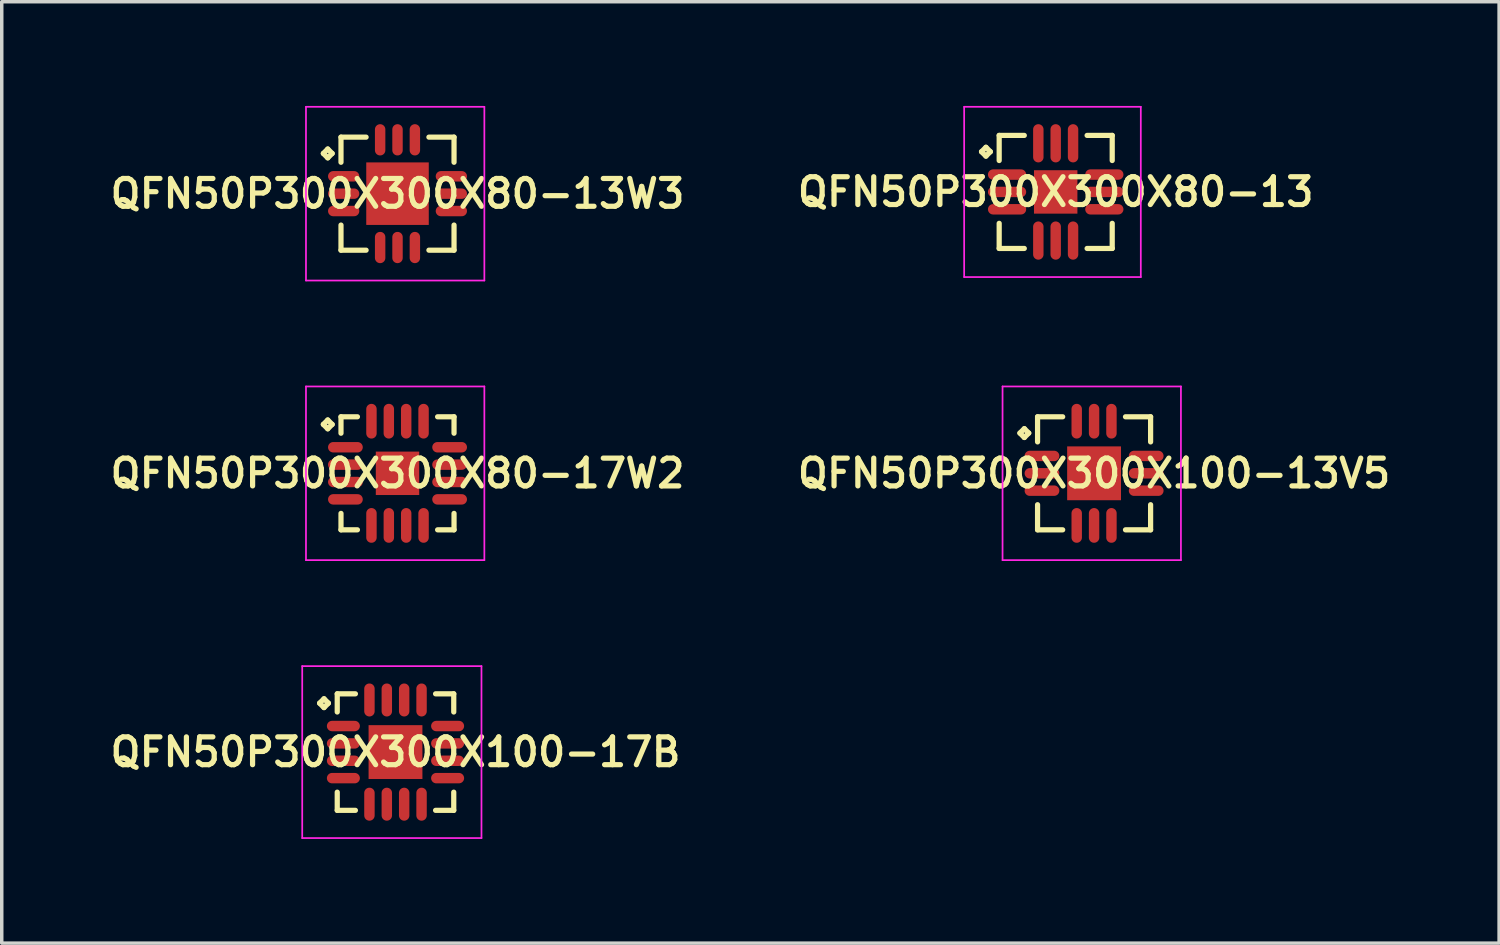
<source format=kicad_pcb>
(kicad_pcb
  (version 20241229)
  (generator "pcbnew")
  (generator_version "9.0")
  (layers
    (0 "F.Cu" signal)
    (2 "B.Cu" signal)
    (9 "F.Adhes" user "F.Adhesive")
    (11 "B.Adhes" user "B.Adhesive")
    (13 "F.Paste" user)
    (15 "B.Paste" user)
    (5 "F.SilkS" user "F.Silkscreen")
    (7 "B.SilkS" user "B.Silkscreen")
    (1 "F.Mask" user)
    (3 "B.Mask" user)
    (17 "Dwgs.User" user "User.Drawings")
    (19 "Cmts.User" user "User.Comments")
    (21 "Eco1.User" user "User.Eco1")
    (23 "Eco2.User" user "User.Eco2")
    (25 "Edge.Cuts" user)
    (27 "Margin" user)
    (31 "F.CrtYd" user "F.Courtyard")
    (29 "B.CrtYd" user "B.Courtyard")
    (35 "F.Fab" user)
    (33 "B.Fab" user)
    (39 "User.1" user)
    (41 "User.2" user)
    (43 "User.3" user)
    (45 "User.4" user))
  (footprint "QFN50P300X300X80-13"
    (layer "F.Cu")
    (at 27.34 2.475)
    (property "Reference" "QFN50P300X300X80-13" (at 0 0 0) (layer "F.SilkS") (effects (font (size 0.8 0.8) (thickness 0.15))))
    (attr smd)
    (fp_line (start -2.135 -1.158) (end -2.008 -1.285) (stroke (width 0.15) (type solid)) (layer "F.SilkS"))
    (fp_line (start -2.008 -1.285) (end -1.881 -1.158) (stroke (width 0.15) (type solid)) (layer "F.SilkS"))
    (fp_line (start -2.008 -1.031) (end -2.135 -1.158) (stroke (width 0.15) (type solid)) (layer "F.SilkS"))
    (fp_line (start -1.881 -1.158) (end -2.008 -1.031) (stroke (width 0.15) (type solid)) (layer "F.SilkS"))
    (fp_line (start -1.627 -1.627) (end -0.904 -1.627) (stroke (width 0.15) (type solid)) (layer "F.SilkS"))
    (fp_line (start -1.627 -0.904) (end -1.627 -1.627) (stroke (width 0.15) (type solid)) (layer "F.SilkS"))
    (fp_line (start -1.627 0.904) (end -1.627 1.627) (stroke (width 0.15) (type solid)) (layer "F.SilkS"))
    (fp_line (start -1.627 1.627) (end -0.904 1.627) (stroke (width 0.15) (type solid)) (layer "F.SilkS"))
    (fp_line (start 0.904 -1.627) (end 1.627 -1.627) (stroke (width 0.15) (type solid)) (layer "F.SilkS"))
    (fp_line (start 0.904 1.627) (end 1.627 1.627) (stroke (width 0.15) (type solid)) (layer "F.SilkS"))
    (fp_line (start 1.627 -1.627) (end 1.627 -0.904) (stroke (width 0.15) (type solid)) (layer "F.SilkS"))
    (fp_line (start 1.627 1.627) (end 1.627 0.904) (stroke (width 0.15) (type solid)) (layer "F.SilkS"))
    (fp_line (start -2.635 -2.45) (end 2.45 -2.45) (stroke (width 0.05) (type solid)) (layer "F.CrtYd"))
    (fp_line (start -2.635 2.45) (end -2.635 -2.45) (stroke (width 0.05) (type solid)) (layer "F.CrtYd"))
    (fp_line (start 2.45 -2.45) (end 2.45 2.45) (stroke (width 0.05) (type solid)) (layer "F.CrtYd"))
    (fp_line (start 2.45 2.45) (end -2.635 2.45) (stroke (width 0.05) (type solid)) (layer "F.CrtYd"))
    (pad "1" smd oval (at -1.4 -0.5) (size 1.1 0.3) (layers "F.Cu" "F.Mask" "F.Paste"))
    (pad "2" smd oval (at -1.4 0) (size 1.1 0.3) (layers "F.Cu" "F.Mask" "F.Paste"))
    (pad "3" smd oval (at -1.4 0.5) (size 1.1 0.3) (layers "F.Cu" "F.Mask" "F.Paste"))
    (pad "4" smd oval (at -0.5 1.4) (size 0.3 1.1) (layers "F.Cu" "F.Mask" "F.Paste"))
    (pad "5" smd oval (at 0 1.4) (size 0.3 1.1) (layers "F.Cu" "F.Mask" "F.Paste"))
    (pad "6" smd oval (at 0.5 1.4) (size 0.3 1.1) (layers "F.Cu" "F.Mask" "F.Paste"))
    (pad "7" smd oval (at 1.4 0.5) (size 1.1 0.3) (layers "F.Cu" "F.Mask" "F.Paste"))
    (pad "8" smd oval (at 1.4 0) (size 1.1 0.3) (layers "F.Cu" "F.Mask" "F.Paste"))
    (pad "9" smd oval (at 1.4 -0.5) (size 1.1 0.3) (layers "F.Cu" "F.Mask" "F.Paste"))
    (pad "10" smd oval (at 0.5 -1.4) (size 0.3 1.1) (layers "F.Cu" "F.Mask" "F.Paste"))
    (pad "11" smd oval (at 0 -1.4) (size 0.3 1.1) (layers "F.Cu" "F.Mask" "F.Paste"))
    (pad "12" smd oval (at -0.5 -1.4) (size 0.3 1.1) (layers "F.Cu" "F.Mask" "F.Paste"))
    (pad "13" smd rect (at 0 0) (size 1.25 1.25) (layers "F.Cu" "F.Mask" "F.Paste")))
  (footprint "QFN50P300X300X100-17B"
    (layer "F.Cu")
    (at 8.335 18.6)
    (property "Reference" "QFN50P300X300X100-17B" (at 0 0 0) (layer "F.SilkS") (effects (font (size 0.8 0.8) (thickness 0.15))))
    (attr smd)
    (fp_line (start -2.185 -1.408) (end -2.058 -1.535) (stroke (width 0.15) (type solid)) (layer "F.SilkS"))
    (fp_line (start -2.058 -1.535) (end -1.931 -1.408) (stroke (width 0.15) (type solid)) (layer "F.SilkS"))
    (fp_line (start -2.058 -1.281) (end -2.185 -1.408) (stroke (width 0.15) (type solid)) (layer "F.SilkS"))
    (fp_line (start -1.931 -1.408) (end -2.058 -1.281) (stroke (width 0.15) (type solid)) (layer "F.SilkS"))
    (fp_line (start -1.677 -1.677) (end -1.154 -1.677) (stroke (width 0.15) (type solid)) (layer "F.SilkS"))
    (fp_line (start -1.677 -1.154) (end -1.677 -1.677) (stroke (width 0.15) (type solid)) (layer "F.SilkS"))
    (fp_line (start -1.677 1.154) (end -1.677 1.677) (stroke (width 0.15) (type solid)) (layer "F.SilkS"))
    (fp_line (start -1.677 1.677) (end -1.154 1.677) (stroke (width 0.15) (type solid)) (layer "F.SilkS"))
    (fp_line (start 1.154 -1.677) (end 1.677 -1.677) (stroke (width 0.15) (type solid)) (layer "F.SilkS"))
    (fp_line (start 1.154 1.677) (end 1.677 1.677) (stroke (width 0.15) (type solid)) (layer "F.SilkS"))
    (fp_line (start 1.677 -1.677) (end 1.677 -1.154) (stroke (width 0.15) (type solid)) (layer "F.SilkS"))
    (fp_line (start 1.677 1.677) (end 1.677 1.154) (stroke (width 0.15) (type solid)) (layer "F.SilkS"))
    (fp_line (start -2.685 -2.475) (end 2.475 -2.475) (stroke (width 0.05) (type solid)) (layer "F.CrtYd"))
    (fp_line (start -2.685 2.475) (end -2.685 -2.475) (stroke (width 0.05) (type solid)) (layer "F.CrtYd"))
    (fp_line (start 2.475 -2.475) (end 2.475 2.475) (stroke (width 0.05) (type solid)) (layer "F.CrtYd"))
    (fp_line (start 2.475 2.475) (end -2.685 2.475) (stroke (width 0.05) (type solid)) (layer "F.CrtYd"))
    (pad "1" smd oval (at -1.5 -0.75) (size 0.95 0.3) (layers "F.Cu" "F.Mask" "F.Paste"))
    (pad "2" smd oval (at -1.5 -0.25) (size 0.95 0.3) (layers "F.Cu" "F.Mask" "F.Paste"))
    (pad "3" smd oval (at -1.5 0.25) (size 0.95 0.3) (layers "F.Cu" "F.Mask" "F.Paste"))
    (pad "4" smd oval (at -1.5 0.75) (size 0.95 0.3) (layers "F.Cu" "F.Mask" "F.Paste"))
    (pad "5" smd oval (at -0.75 1.5) (size 0.3 0.95) (layers "F.Cu" "F.Mask" "F.Paste"))
    (pad "6" smd oval (at -0.25 1.5) (size 0.3 0.95) (layers "F.Cu" "F.Mask" "F.Paste"))
    (pad "7" smd oval (at 0.25 1.5) (size 0.3 0.95) (layers "F.Cu" "F.Mask" "F.Paste"))
    (pad "8" smd oval (at 0.75 1.5) (size 0.3 0.95) (layers "F.Cu" "F.Mask" "F.Paste"))
    (pad "9" smd oval (at 1.5 0.75) (size 0.95 0.3) (layers "F.Cu" "F.Mask" "F.Paste"))
    (pad "10" smd oval (at 1.5 0.25) (size 0.95 0.3) (layers "F.Cu" "F.Mask" "F.Paste"))
    (pad "11" smd oval (at 1.5 -0.25) (size 0.95 0.3) (layers "F.Cu" "F.Mask" "F.Paste"))
    (pad "12" smd oval (at 1.5 -0.75) (size 0.95 0.3) (layers "F.Cu" "F.Mask" "F.Paste"))
    (pad "13" smd oval (at 0.75 -1.5) (size 0.3 0.95) (layers "F.Cu" "F.Mask" "F.Paste"))
    (pad "14" smd oval (at 0.25 -1.5) (size 0.3 0.95) (layers "F.Cu" "F.Mask" "F.Paste"))
    (pad "15" smd oval (at -0.25 -1.5) (size 0.3 0.95) (layers "F.Cu" "F.Mask" "F.Paste"))
    (pad "16" smd oval (at -0.75 -1.5) (size 0.3 0.95) (layers "F.Cu" "F.Mask" "F.Paste"))
    (pad "17" smd rect (at 0 0) (size 1.55 1.55) (layers "F.Cu" "F.Mask" "F.Paste")))
  (footprint "QFN50P300X300X80-17W2"
    (layer "F.Cu")
    (at 8.393 10.575)
    (property "Reference" "QFN50P300X300X80-17W2" (at 0 0 0) (layer "F.SilkS") (effects (font (size 0.8 0.8) (thickness 0.15))))
    (attr smd)
    (fp_line (start -2.135 -1.408) (end -2.008 -1.535) (stroke (width 0.15) (type solid)) (layer "F.SilkS"))
    (fp_line (start -2.008 -1.535) (end -1.881 -1.408) (stroke (width 0.15) (type solid)) (layer "F.SilkS"))
    (fp_line (start -2.008 -1.281) (end -2.135 -1.408) (stroke (width 0.15) (type solid)) (layer "F.SilkS"))
    (fp_line (start -1.881 -1.408) (end -2.008 -1.281) (stroke (width 0.15) (type solid)) (layer "F.SilkS"))
    (fp_line (start -1.627 -1.627) (end -1.154 -1.627) (stroke (width 0.15) (type solid)) (layer "F.SilkS"))
    (fp_line (start -1.627 -1.154) (end -1.627 -1.627) (stroke (width 0.15) (type solid)) (layer "F.SilkS"))
    (fp_line (start -1.627 1.154) (end -1.627 1.627) (stroke (width 0.15) (type solid)) (layer "F.SilkS"))
    (fp_line (start -1.627 1.627) (end -1.154 1.627) (stroke (width 0.15) (type solid)) (layer "F.SilkS"))
    (fp_line (start 1.154 -1.627) (end 1.627 -1.627) (stroke (width 0.15) (type solid)) (layer "F.SilkS"))
    (fp_line (start 1.154 1.627) (end 1.627 1.627) (stroke (width 0.15) (type solid)) (layer "F.SilkS"))
    (fp_line (start 1.627 -1.627) (end 1.627 -1.154) (stroke (width 0.15) (type solid)) (layer "F.SilkS"))
    (fp_line (start 1.627 1.627) (end 1.627 1.154) (stroke (width 0.15) (type solid)) (layer "F.SilkS"))
    (fp_line (start -2.635 -2.5) (end 2.5 -2.5) (stroke (width 0.05) (type solid)) (layer "F.CrtYd"))
    (fp_line (start -2.635 2.5) (end -2.635 -2.5) (stroke (width 0.05) (type solid)) (layer "F.CrtYd"))
    (fp_line (start 2.5 -2.5) (end 2.5 2.5) (stroke (width 0.05) (type solid)) (layer "F.CrtYd"))
    (fp_line (start 2.5 2.5) (end -2.635 2.5) (stroke (width 0.05) (type solid)) (layer "F.CrtYd"))
    (pad "1" smd oval (at -1.5 -0.75) (size 1 0.3) (layers "F.Cu" "F.Mask" "F.Paste"))
    (pad "2" smd oval (at -1.5 -0.25) (size 1 0.3) (layers "F.Cu" "F.Mask" "F.Paste"))
    (pad "3" smd oval (at -1.5 0.25) (size 1 0.3) (layers "F.Cu" "F.Mask" "F.Paste"))
    (pad "4" smd oval (at -1.5 0.75) (size 1 0.3) (layers "F.Cu" "F.Mask" "F.Paste"))
    (pad "5" smd oval (at -0.75 1.5) (size 0.3 1) (layers "F.Cu" "F.Mask" "F.Paste"))
    (pad "6" smd oval (at -0.25 1.5) (size 0.3 1) (layers "F.Cu" "F.Mask" "F.Paste"))
    (pad "7" smd oval (at 0.25 1.5) (size 0.3 1) (layers "F.Cu" "F.Mask" "F.Paste"))
    (pad "8" smd oval (at 0.75 1.5) (size 0.3 1) (layers "F.Cu" "F.Mask" "F.Paste"))
    (pad "9" smd oval (at 1.5 0.75) (size 1 0.3) (layers "F.Cu" "F.Mask" "F.Paste"))
    (pad "10" smd oval (at 1.5 0.25) (size 1 0.3) (layers "F.Cu" "F.Mask" "F.Paste"))
    (pad "11" smd oval (at 1.5 -0.25) (size 1 0.3) (layers "F.Cu" "F.Mask" "F.Paste"))
    (pad "12" smd oval (at 1.5 -0.75) (size 1 0.3) (layers "F.Cu" "F.Mask" "F.Paste"))
    (pad "13" smd oval (at 0.75 -1.5) (size 0.3 1) (layers "F.Cu" "F.Mask" "F.Paste"))
    (pad "14" smd oval (at 0.25 -1.5) (size 0.3 1) (layers "F.Cu" "F.Mask" "F.Paste"))
    (pad "15" smd oval (at -0.25 -1.5) (size 0.3 1) (layers "F.Cu" "F.Mask" "F.Paste"))
    (pad "16" smd oval (at -0.75 -1.5) (size 0.3 1) (layers "F.Cu" "F.Mask" "F.Paste"))
    (pad "17" smd rect (at 0 0) (size 1.25 1.25) (layers "F.Cu" "F.Mask" "F.Paste")))
  (footprint "QFN50P300X300X100-13V5"
    (layer "F.Cu")
    (at 28.445 10.575)
    (property "Reference" "QFN50P300X300X100-13V5" (at 0 0 0) (layer "F.SilkS") (effects (font (size 0.8 0.8) (thickness 0.15))))
    (attr smd)
    (fp_line (start -2.135 -1.158) (end -2.008 -1.285) (stroke (width 0.15) (type solid)) (layer "F.SilkS"))
    (fp_line (start -2.008 -1.285) (end -1.881 -1.158) (stroke (width 0.15) (type solid)) (layer "F.SilkS"))
    (fp_line (start -2.008 -1.031) (end -2.135 -1.158) (stroke (width 0.15) (type solid)) (layer "F.SilkS"))
    (fp_line (start -1.881 -1.158) (end -2.008 -1.031) (stroke (width 0.15) (type solid)) (layer "F.SilkS"))
    (fp_line (start -1.627 -1.627) (end -0.904 -1.627) (stroke (width 0.15) (type solid)) (layer "F.SilkS"))
    (fp_line (start -1.627 -0.904) (end -1.627 -1.627) (stroke (width 0.15) (type solid)) (layer "F.SilkS"))
    (fp_line (start -1.627 0.904) (end -1.627 1.627) (stroke (width 0.15) (type solid)) (layer "F.SilkS"))
    (fp_line (start -1.627 1.627) (end -0.904 1.627) (stroke (width 0.15) (type solid)) (layer "F.SilkS"))
    (fp_line (start 0.904 -1.627) (end 1.627 -1.627) (stroke (width 0.15) (type solid)) (layer "F.SilkS"))
    (fp_line (start 0.904 1.627) (end 1.627 1.627) (stroke (width 0.15) (type solid)) (layer "F.SilkS"))
    (fp_line (start 1.627 -1.627) (end 1.627 -0.904) (stroke (width 0.15) (type solid)) (layer "F.SilkS"))
    (fp_line (start 1.627 1.627) (end 1.627 0.904) (stroke (width 0.15) (type solid)) (layer "F.SilkS"))
    (fp_line (start -2.635 -2.5) (end 2.5 -2.5) (stroke (width 0.05) (type solid)) (layer "F.CrtYd"))
    (fp_line (start -2.635 2.5) (end -2.635 -2.5) (stroke (width 0.05) (type solid)) (layer "F.CrtYd"))
    (fp_line (start 2.5 -2.5) (end 2.5 2.5) (stroke (width 0.05) (type solid)) (layer "F.CrtYd"))
    (fp_line (start 2.5 2.5) (end -2.635 2.5) (stroke (width 0.05) (type solid)) (layer "F.CrtYd"))
    (pad "1" smd oval (at -1.5 -0.5) (size 1 0.3) (layers "F.Cu" "F.Mask" "F.Paste"))
    (pad "2" smd oval (at -1.5 0) (size 1 0.3) (layers "F.Cu" "F.Mask" "F.Paste"))
    (pad "3" smd oval (at -1.5 0.5) (size 1 0.3) (layers "F.Cu" "F.Mask" "F.Paste"))
    (pad "4" smd oval (at -0.5 1.5) (size 0.3 1) (layers "F.Cu" "F.Mask" "F.Paste"))
    (pad "5" smd oval (at 0 1.5) (size 0.3 1) (layers "F.Cu" "F.Mask" "F.Paste"))
    (pad "6" smd oval (at 0.5 1.5) (size 0.3 1) (layers "F.Cu" "F.Mask" "F.Paste"))
    (pad "7" smd oval (at 1.5 0.5) (size 1 0.3) (layers "F.Cu" "F.Mask" "F.Paste"))
    (pad "8" smd oval (at 1.5 0) (size 1 0.3) (layers "F.Cu" "F.Mask" "F.Paste"))
    (pad "9" smd oval (at 1.5 -0.5) (size 1 0.3) (layers "F.Cu" "F.Mask" "F.Paste"))
    (pad "10" smd oval (at 0.5 -1.5) (size 0.3 1) (layers "F.Cu" "F.Mask" "F.Paste"))
    (pad "11" smd oval (at 0 -1.5) (size 0.3 1) (layers "F.Cu" "F.Mask" "F.Paste"))
    (pad "12" smd oval (at -0.5 -1.5) (size 0.3 1) (layers "F.Cu" "F.Mask" "F.Paste"))
    (pad "13" smd rect (at 0 0) (size 1.55 1.55) (layers "F.Cu" "F.Mask" "F.Paste")))
  (footprint "QFN50P300X300X80-13W3"
    (layer "F.Cu")
    (at 8.393 2.525)
    (property "Reference" "QFN50P300X300X80-13W3" (at 0 0 0) (layer "F.SilkS") (effects (font (size 0.8 0.8) (thickness 0.15))))
    (attr smd)
    (fp_line (start -2.135 -1.158) (end -2.008 -1.285) (stroke (width 0.15) (type solid)) (layer "F.SilkS"))
    (fp_line (start -2.008 -1.285) (end -1.881 -1.158) (stroke (width 0.15) (type solid)) (layer "F.SilkS"))
    (fp_line (start -2.008 -1.031) (end -2.135 -1.158) (stroke (width 0.15) (type solid)) (layer "F.SilkS"))
    (fp_line (start -1.881 -1.158) (end -2.008 -1.031) (stroke (width 0.15) (type solid)) (layer "F.SilkS"))
    (fp_line (start -1.627 -1.627) (end -0.904 -1.627) (stroke (width 0.15) (type solid)) (layer "F.SilkS"))
    (fp_line (start -1.627 -0.904) (end -1.627 -1.627) (stroke (width 0.15) (type solid)) (layer "F.SilkS"))
    (fp_line (start -1.627 0.904) (end -1.627 1.627) (stroke (width 0.15) (type solid)) (layer "F.SilkS"))
    (fp_line (start -1.627 1.627) (end -0.904 1.627) (stroke (width 0.15) (type solid)) (layer "F.SilkS"))
    (fp_line (start 0.904 -1.627) (end 1.627 -1.627) (stroke (width 0.15) (type solid)) (layer "F.SilkS"))
    (fp_line (start 0.904 1.627) (end 1.627 1.627) (stroke (width 0.15) (type solid)) (layer "F.SilkS"))
    (fp_line (start 1.627 -1.627) (end 1.627 -0.904) (stroke (width 0.15) (type solid)) (layer "F.SilkS"))
    (fp_line (start 1.627 1.627) (end 1.627 0.904) (stroke (width 0.15) (type solid)) (layer "F.SilkS"))
    (fp_line (start -2.635 -2.5) (end 2.5 -2.5) (stroke (width 0.05) (type solid)) (layer "F.CrtYd"))
    (fp_line (start -2.635 2.5) (end -2.635 -2.5) (stroke (width 0.05) (type solid)) (layer "F.CrtYd"))
    (fp_line (start 2.5 -2.5) (end 2.5 2.5) (stroke (width 0.05) (type solid)) (layer "F.CrtYd"))
    (fp_line (start 2.5 2.5) (end -2.635 2.5) (stroke (width 0.05) (type solid)) (layer "F.CrtYd"))
    (pad "1" smd oval (at -1.55 -0.5) (size 0.9 0.3) (layers "F.Cu" "F.Mask" "F.Paste"))
    (pad "2" smd oval (at -1.55 0) (size 0.9 0.3) (layers "F.Cu" "F.Mask" "F.Paste"))
    (pad "3" smd oval (at -1.55 0.5) (size 0.9 0.3) (layers "F.Cu" "F.Mask" "F.Paste"))
    (pad "4" smd oval (at -0.5 1.55) (size 0.3 0.9) (layers "F.Cu" "F.Mask" "F.Paste"))
    (pad "5" smd oval (at 0 1.55) (size 0.3 0.9) (layers "F.Cu" "F.Mask" "F.Paste"))
    (pad "6" smd oval (at 0.5 1.55) (size 0.3 0.9) (layers "F.Cu" "F.Mask" "F.Paste"))
    (pad "7" smd oval (at 1.55 0.5) (size 0.9 0.3) (layers "F.Cu" "F.Mask" "F.Paste"))
    (pad "8" smd oval (at 1.55 0) (size 0.9 0.3) (layers "F.Cu" "F.Mask" "F.Paste"))
    (pad "9" smd oval (at 1.55 -0.5) (size 0.9 0.3) (layers "F.Cu" "F.Mask" "F.Paste"))
    (pad "10" smd oval (at 0.5 -1.55) (size 0.3 0.9) (layers "F.Cu" "F.Mask" "F.Paste"))
    (pad "11" smd oval (at 0 -1.55) (size 0.3 0.9) (layers "F.Cu" "F.Mask" "F.Paste"))
    (pad "12" smd oval (at -0.5 -1.55) (size 0.3 0.9) (layers "F.Cu" "F.Mask" "F.Paste"))
    (pad "13" smd rect (at 0 0) (size 1.8 1.8) (layers "F.Cu" "F.Mask" "F.Paste")))
  (gr_rect
    (start -3 -3)
    (end 40.104 24.1)
    (stroke (width 0.1) (type default))
    (fill no)
    (layer "Edge.Cuts")))
</source>
